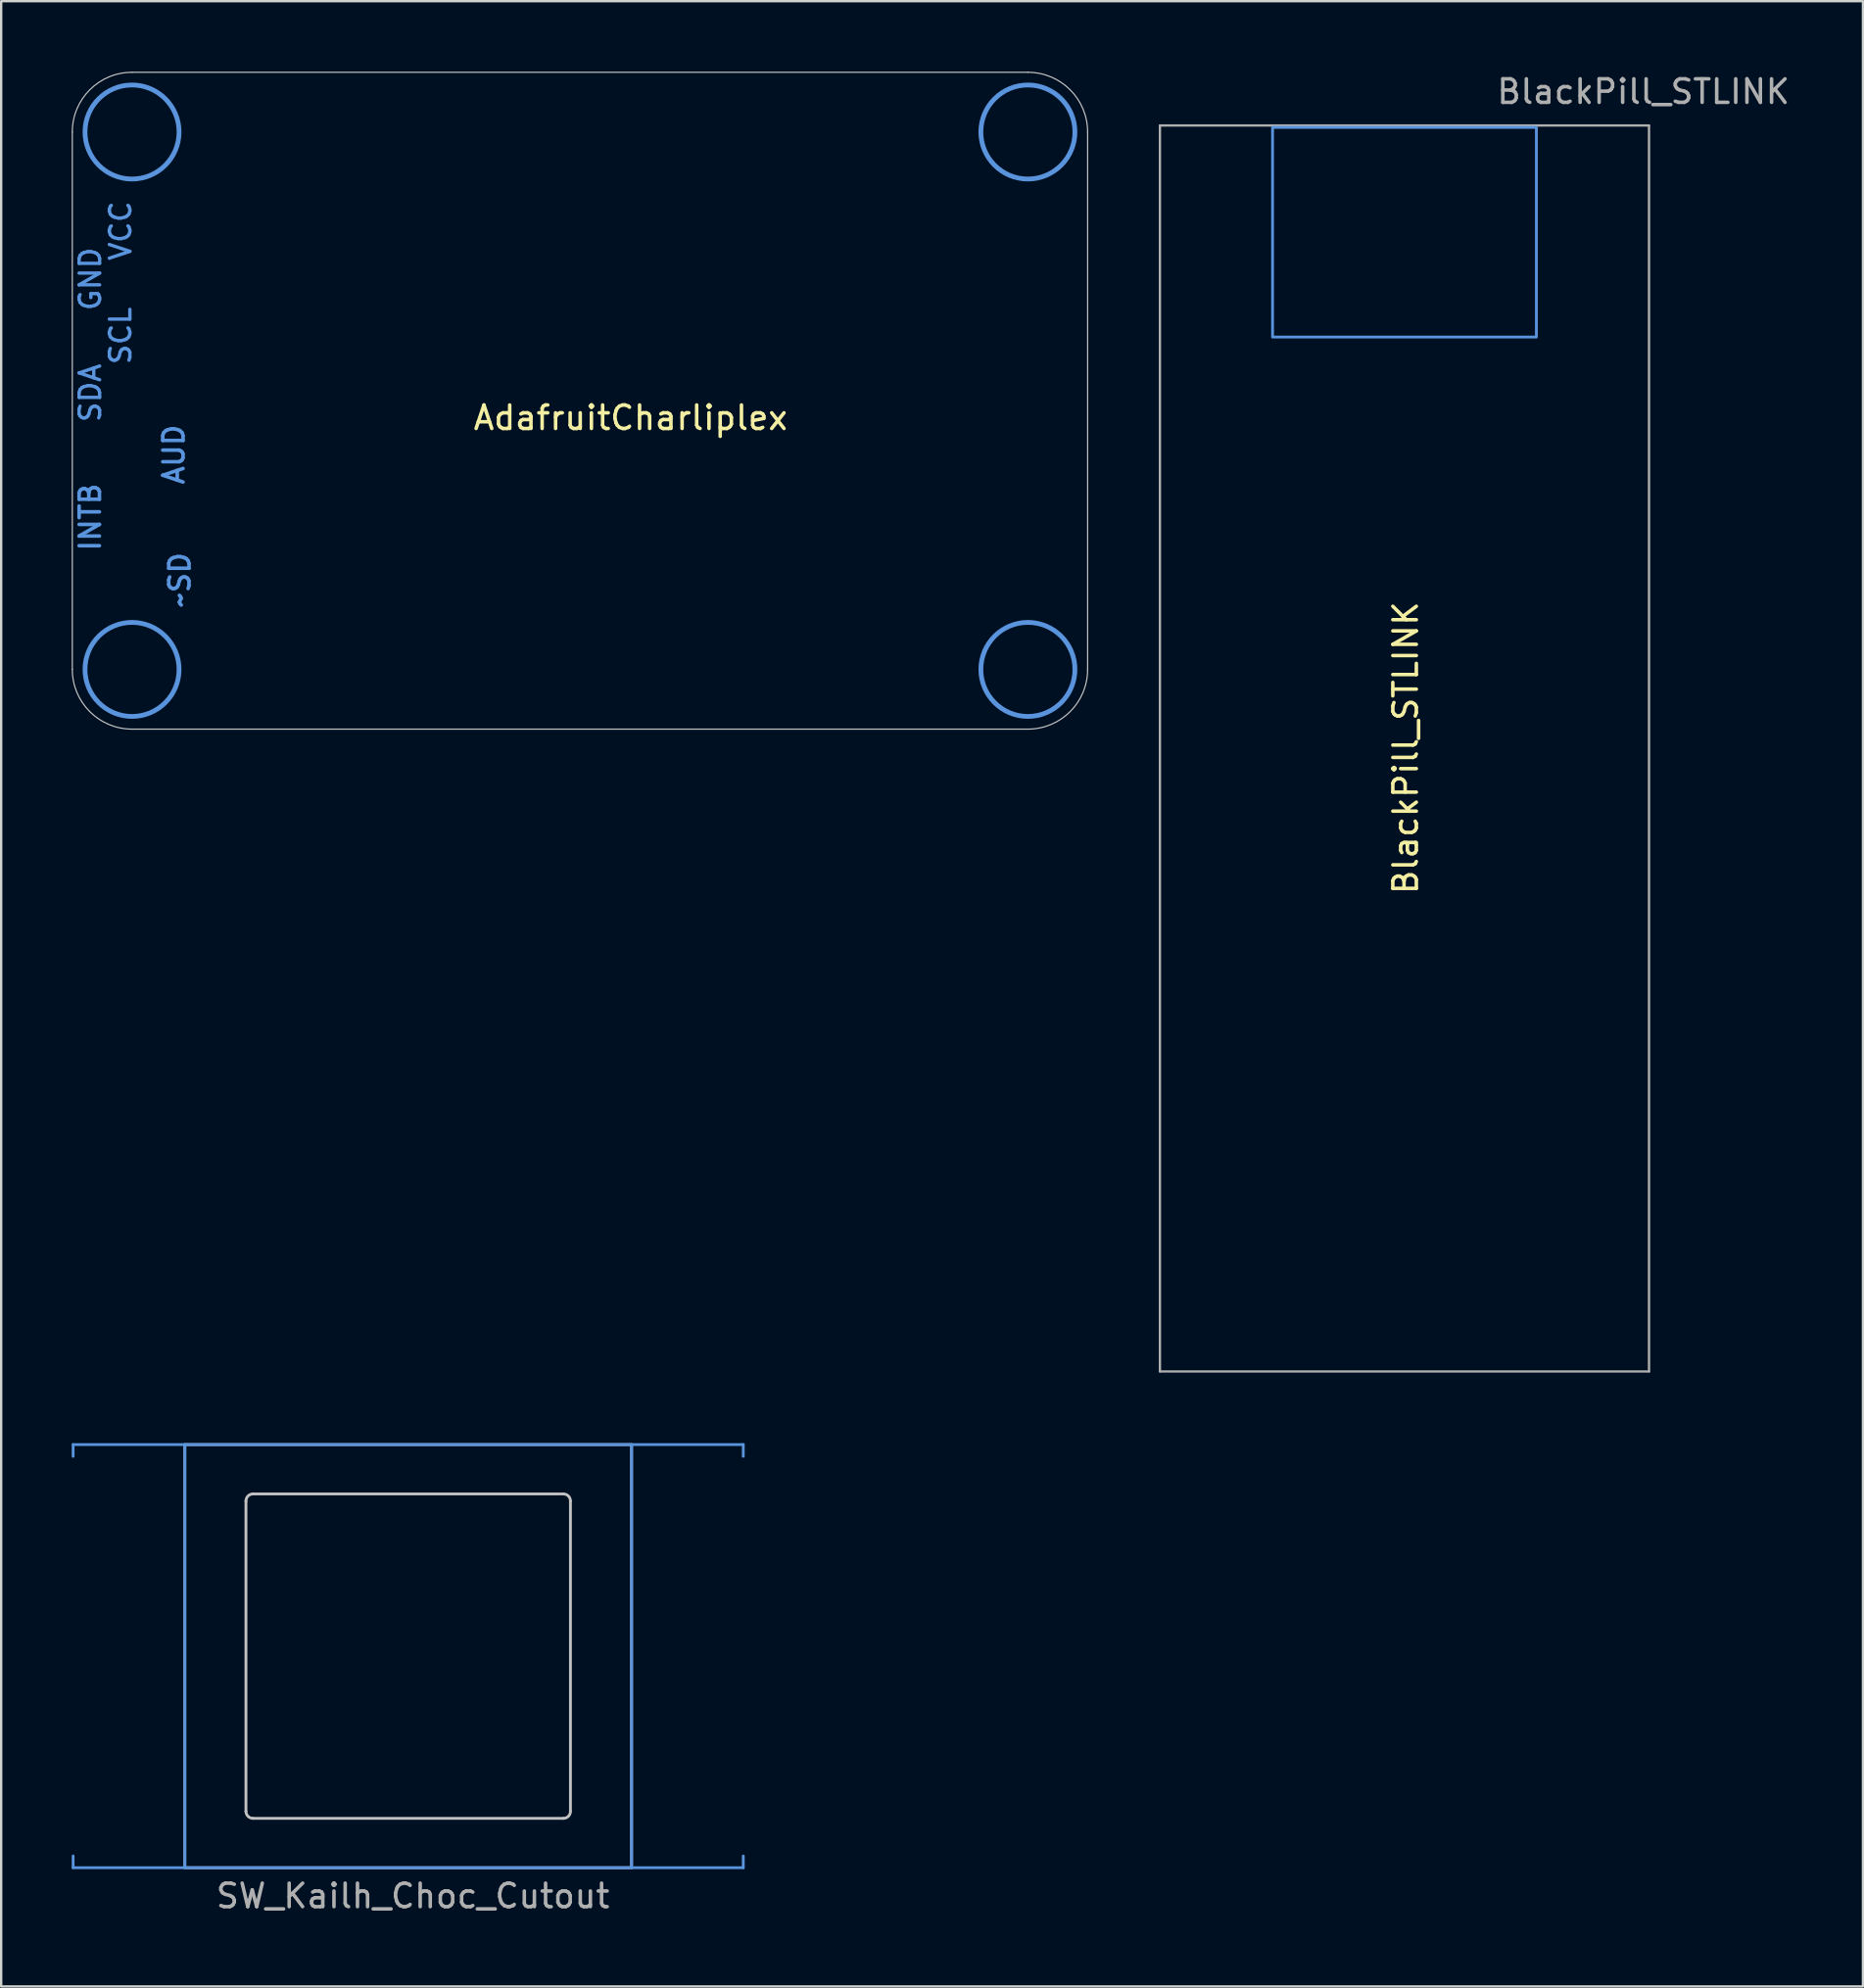
<source format=kicad_pcb>
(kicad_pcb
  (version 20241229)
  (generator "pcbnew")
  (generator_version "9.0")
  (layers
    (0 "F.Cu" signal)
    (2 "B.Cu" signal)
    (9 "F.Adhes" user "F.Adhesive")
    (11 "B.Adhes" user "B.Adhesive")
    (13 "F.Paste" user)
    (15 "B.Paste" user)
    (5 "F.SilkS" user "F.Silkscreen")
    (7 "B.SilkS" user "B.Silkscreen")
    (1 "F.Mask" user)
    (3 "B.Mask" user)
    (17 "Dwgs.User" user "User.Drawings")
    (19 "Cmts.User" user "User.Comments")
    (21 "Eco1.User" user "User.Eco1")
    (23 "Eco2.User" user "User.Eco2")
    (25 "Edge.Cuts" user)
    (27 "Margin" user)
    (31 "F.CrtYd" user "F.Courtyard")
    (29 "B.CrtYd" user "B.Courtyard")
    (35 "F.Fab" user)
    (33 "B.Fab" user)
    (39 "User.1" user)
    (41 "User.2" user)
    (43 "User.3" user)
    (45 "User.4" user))
  (footprint "BlackPill_STLINK"
    (layer "F.Cu")
    (at 56.68 28.788)
    (property "Reference" "BlackPill_STLINK" (at 0.05 -0.025 90) (layer "F.SilkS") (effects (font (size 1 1) (thickness 0.15))))
    (attr through_hole)
    (fp_rect (start -5.61 -26.42) (end 5.61 -17.5) (stroke (width 0.12) (type solid)) (fill no) (layer "Cmts.User"))
    (fp_line (start -10.4 -26.5) (end -10.4 26.5) (stroke (width 0.1) (type solid)) (layer "F.Fab"))
    (fp_line (start -10.4 26.5) (end 10.4 26.5) (stroke (width 0.1) (type solid)) (layer "F.Fab"))
    (fp_line (start 10.4 -26.5) (end -10.4 -26.5) (stroke (width 0.1) (type solid)) (layer "F.Fab"))
    (fp_line (start 10.4 26.5) (end 10.4 -26.5) (stroke (width 0.1) (type solid)) (layer "F.Fab"))
    (fp_text user "${REFERENCE}" (at 10.16 -27.94 180) (layer "F.Fab") (effects (font (size 1 1) (thickness 0.15)))))
  (footprint "SW_Kailh_Choc_Cutout"
    (layer "F.Cu")
    (at 14.31 67.398)
    (property "Reference" "SW_Kailh_Choc_Cutout" (at 0.2 10.2 180) (layer "F.Fab") (effects (font (size 1 1) (thickness 0.15))))
    (attr smd)
    (fp_line (start -6.9 -6.6) (end -6.9 6.6) (stroke (width 0.12) (type solid)) (layer "Dwgs.User"))
    (fp_line (start -6.6 6.9) (end 6.6 6.9) (stroke (width 0.12) (type solid)) (layer "Dwgs.User"))
    (fp_line (start 6.6 -6.9) (end -6.6 -6.9) (stroke (width 0.12) (type solid)) (layer "Dwgs.User"))
    (fp_line (start 6.9 6.6) (end 6.9 -6.6) (stroke (width 0.12) (type solid)) (layer "Dwgs.User"))
    (fp_rect (start -9.5 9) (end 9.5 -9) (stroke (width 0.12) (type solid)) (fill no) (layer "Dwgs.User"))
    (fp_arc (start -6.9 -6.6) (mid -6.812132 -6.812132) (end -6.6 -6.9) (stroke (width 0.12) (type solid)) (layer "Dwgs.User"))
    (fp_arc (start -6.6 6.9) (mid -6.812132 6.812132) (end -6.9 6.6) (stroke (width 0.12) (type solid)) (layer "Dwgs.User"))
    (fp_arc (start 6.6 -6.9) (mid 6.812132 -6.812132) (end 6.9 -6.6) (stroke (width 0.12) (type solid)) (layer "Dwgs.User"))
    (fp_arc (start 6.9 6.6) (mid 6.812132 6.812132) (end 6.6 6.9) (stroke (width 0.12) (type solid)) (layer "Dwgs.User"))
    (fp_line (start -14.25 -9) (end -14.25 -8.5) (stroke (width 0.12) (type solid)) (layer "Cmts.User"))
    (fp_line (start -14.25 9) (end -14.25 8.5) (stroke (width 0.12) (type solid)) (layer "Cmts.User"))
    (fp_line (start -9.5 -9) (end -14.25 -9) (stroke (width 0.12) (type solid)) (layer "Cmts.User"))
    (fp_line (start -9.5 9) (end -14.25 9) (stroke (width 0.12) (type solid)) (layer "Cmts.User"))
    (fp_line (start 9.5 -9) (end 14.25 -9) (stroke (width 0.12) (type solid)) (layer "Cmts.User"))
    (fp_line (start 9.5 9) (end 14.25 9) (stroke (width 0.12) (type solid)) (layer "Cmts.User"))
    (fp_line (start 14.25 -9) (end 14.25 -8.5) (stroke (width 0.12) (type solid)) (layer "Cmts.User"))
    (fp_line (start 14.25 9) (end 14.25 8.5) (stroke (width 0.12) (type solid)) (layer "Cmts.User"))
    (fp_rect (start 9.5 -9) (end -9.5 9) (stroke (width 0.12) (type solid)) (fill no) (layer "Cmts.User")))
  (footprint "AdafruitCharliplex"
    (layer "F.Cu")
    (at 2.565 25.425)
    (property "Reference" "AdafruitCharliplex" (at 21.204 -10.704 0) (unlocked yes) (layer "F.SilkS") (effects (font (size 1 1) (thickness 0.15))))
    (attr smd)
    (fp_line (start -2.54 0) (end -2.54 -22.86) (stroke (width 0.05) (type solid)) (layer "Dwgs.User"))
    (fp_line (start 0 -25.4) (end 38.1 -25.4) (stroke (width 0.05) (type solid)) (layer "Dwgs.User"))
    (fp_line (start 38.1 2.54) (end 0 2.54) (stroke (width 0.05) (type solid)) (layer "Dwgs.User"))
    (fp_line (start 40.64 -22.86) (end 40.64 0) (stroke (width 0.05) (type solid)) (layer "Dwgs.User"))
    (fp_arc (start -2.54 -22.86) (mid -1.796051 -24.656051) (end 0 -25.4) (stroke (width 0.05) (type solid)) (layer "Dwgs.User"))
    (fp_arc (start 0 2.54) (mid -1.796051 1.796051) (end -2.54 0) (stroke (width 0.05) (type solid)) (layer "Dwgs.User"))
    (fp_arc (start 38.1 -25.4) (mid 39.896051 -24.656051) (end 40.64 -22.86) (stroke (width 0.05) (type solid)) (layer "Dwgs.User"))
    (fp_arc (start 40.64 0) (mid 39.896051 1.796051) (end 38.1 2.54) (stroke (width 0.05) (type solid)) (layer "Dwgs.User"))
    (fp_circle (center 0 -22.86) (end 2 -22.86) (stroke (width 0.203) (type solid)) (fill no) (layer "Cmts.User"))
    (fp_circle (center 0 0) (end 2 0) (stroke (width 0.203) (type solid)) (fill no) (layer "Cmts.User"))
    (fp_circle (center 38.1 -22.86) (end 40.1 -22.86) (stroke (width 0.203) (type solid)) (fill no) (layer "Cmts.User"))
    (fp_circle (center 38.1 0) (end 40.1 0) (stroke (width 0.203) (type solid)) (fill no) (layer "Cmts.User"))
    (fp_text user "SDA" (at -2.286 -13.081 90) (layer "Cmts.User") (effects (font (size 0.874 0.874) (thickness 0.142)) (justify right top)))
    (fp_text user "AUD" (at 1.778 -9.144 90) (layer "Cmts.User") (effects (font (size 0.864 0.864) (thickness 0.152))))
    (fp_text user "INTB" (at -1.778 -6.477 90) (layer "Cmts.User") (effects (font (size 0.864 0.864) (thickness 0.152))))
    (fp_text user "~SD" (at 2.032 -3.81 90) (layer "Cmts.User") (effects (font (size 0.864 0.864) (thickness 0.152))))
    (fp_text user "GND" (at -2.286 -18.034 90) (layer "Cmts.User") (effects (font (size 0.874 0.874) (thickness 0.142)) (justify right top)))
    (fp_text user "VCC" (at -1 -20 90) (layer "Cmts.User") (effects (font (size 0.874 0.874) (thickness 0.142)) (justify right top)))
    (fp_text user "SCL" (at -1 -15.494 90) (layer "Cmts.User") (effects (font (size 0.874 0.874) (thickness 0.142)) (justify right top))))
  (gr_rect
    (start -3 -3)
    (end 76.179 81.447)
    (stroke (width 0.1) (type default))
    (fill no)
    (layer "Edge.Cuts")))
</source>
